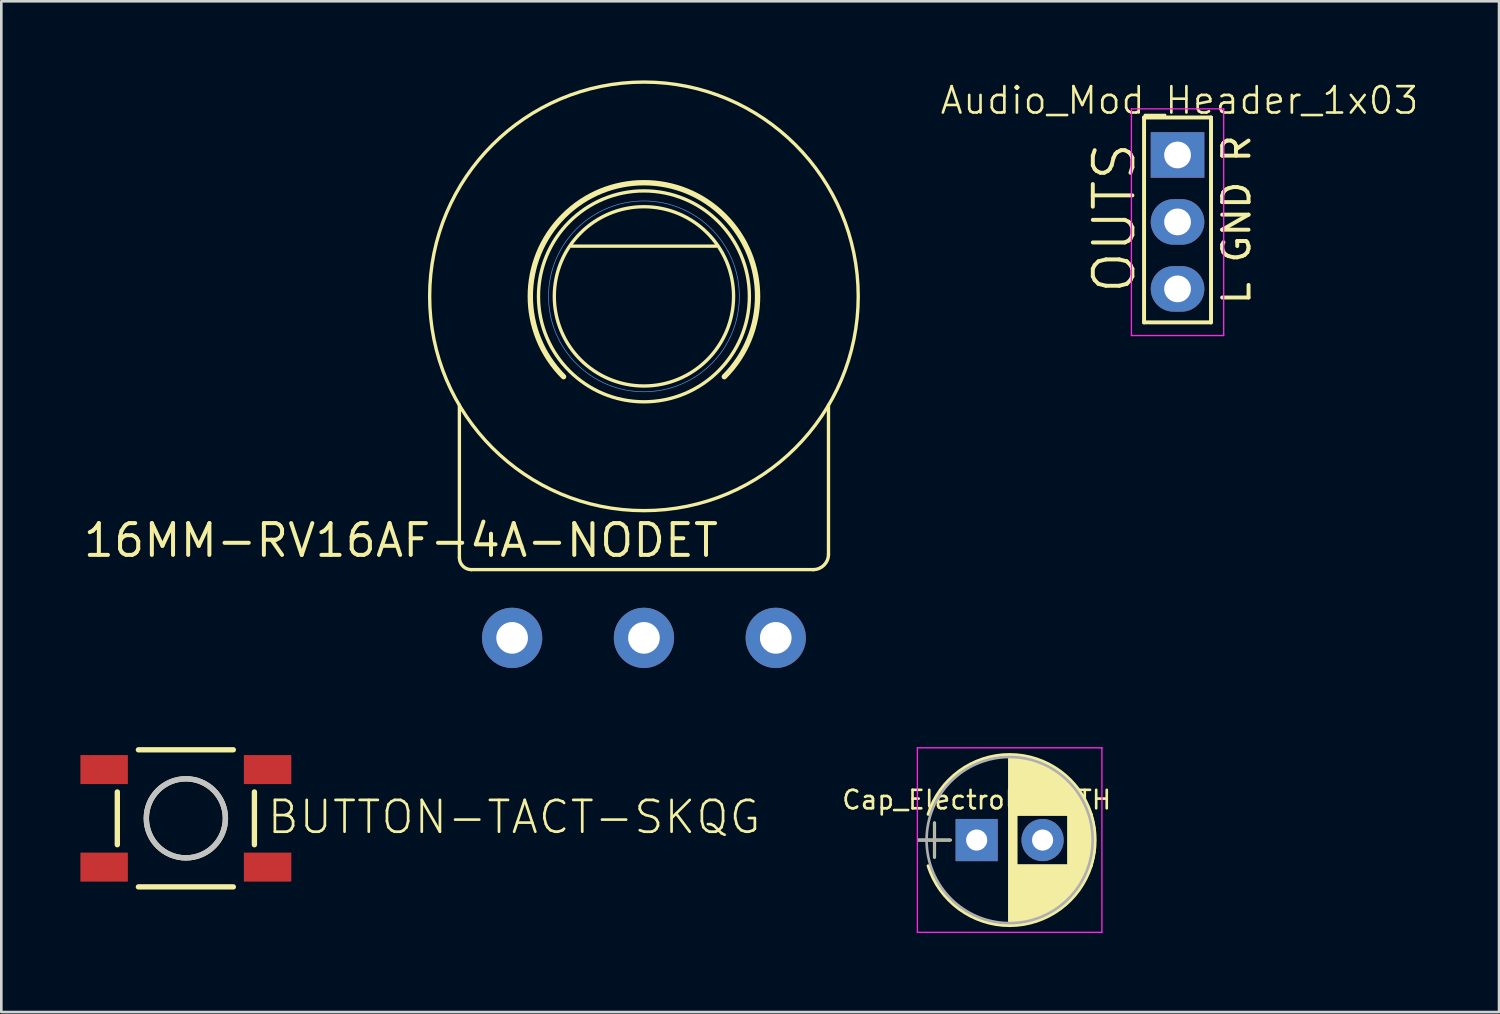
<source format=kicad_pcb>
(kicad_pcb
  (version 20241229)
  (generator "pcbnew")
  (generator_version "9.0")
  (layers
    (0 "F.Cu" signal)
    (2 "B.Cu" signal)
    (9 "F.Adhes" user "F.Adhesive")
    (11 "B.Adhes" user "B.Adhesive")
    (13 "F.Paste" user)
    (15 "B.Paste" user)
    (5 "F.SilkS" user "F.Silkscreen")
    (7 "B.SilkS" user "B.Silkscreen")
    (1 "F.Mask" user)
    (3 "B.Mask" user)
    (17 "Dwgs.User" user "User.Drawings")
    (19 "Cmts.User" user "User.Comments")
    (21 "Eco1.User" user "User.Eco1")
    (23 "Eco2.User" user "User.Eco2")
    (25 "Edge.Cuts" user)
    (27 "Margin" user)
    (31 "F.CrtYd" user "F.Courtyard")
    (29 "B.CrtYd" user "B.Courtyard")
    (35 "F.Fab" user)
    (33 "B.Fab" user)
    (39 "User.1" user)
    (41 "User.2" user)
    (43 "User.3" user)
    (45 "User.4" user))
  (footprint "Cap_Electrolytic_TH"
    (layer "F.Cu")
    (at 33.996 28.814)
    (property "Reference" "Cap_Electrolytic_TH" (at 0 -1.524 0) (layer "F.SilkS") (effects (font (size 0.7 0.7) (thickness 0.1))))
    (attr through_hole)
    (fp_line (start -2.2 0) (end -1 0) (stroke (width 0.12) (type solid)) (layer "F.SilkS"))
    (fp_line (start -1.6 -0.65) (end -1.6 0.65) (stroke (width 0.12) (type solid)) (layer "F.SilkS"))
    (fp_line (start 1.25 -3.2) (end 1.25 3.2) (stroke (width 0.12) (type solid)) (layer "F.SilkS"))
    (fp_line (start 1.29 -3.2) (end 1.29 3.2) (stroke (width 0.12) (type solid)) (layer "F.SilkS"))
    (fp_line (start 1.33 -3.2) (end 1.33 3.2) (stroke (width 0.12) (type solid)) (layer "F.SilkS"))
    (fp_line (start 1.37 -3.198) (end 1.37 3.198) (stroke (width 0.12) (type solid)) (layer "F.SilkS"))
    (fp_line (start 1.41 -3.197) (end 1.41 3.197) (stroke (width 0.12) (type solid)) (layer "F.SilkS"))
    (fp_line (start 1.45 -3.194) (end 1.45 3.194) (stroke (width 0.12) (type solid)) (layer "F.SilkS"))
    (fp_line (start 1.49 -3.192) (end 1.49 3.192) (stroke (width 0.12) (type solid)) (layer "F.SilkS"))
    (fp_line (start 1.53 -3.188) (end 1.53 -0.98) (stroke (width 0.12) (type solid)) (layer "F.SilkS"))
    (fp_line (start 1.53 0.98) (end 1.53 3.188) (stroke (width 0.12) (type solid)) (layer "F.SilkS"))
    (fp_line (start 1.57 -3.185) (end 1.57 -0.98) (stroke (width 0.12) (type solid)) (layer "F.SilkS"))
    (fp_line (start 1.57 0.98) (end 1.57 3.185) (stroke (width 0.12) (type solid)) (layer "F.SilkS"))
    (fp_line (start 1.61 -3.18) (end 1.61 -0.98) (stroke (width 0.12) (type solid)) (layer "F.SilkS"))
    (fp_line (start 1.61 0.98) (end 1.61 3.18) (stroke (width 0.12) (type solid)) (layer "F.SilkS"))
    (fp_line (start 1.65 -3.176) (end 1.65 -0.98) (stroke (width 0.12) (type solid)) (layer "F.SilkS"))
    (fp_line (start 1.65 0.98) (end 1.65 3.176) (stroke (width 0.12) (type solid)) (layer "F.SilkS"))
    (fp_line (start 1.69 -3.17) (end 1.69 -0.98) (stroke (width 0.12) (type solid)) (layer "F.SilkS"))
    (fp_line (start 1.69 0.98) (end 1.69 3.17) (stroke (width 0.12) (type solid)) (layer "F.SilkS"))
    (fp_line (start 1.73 -3.165) (end 1.73 -0.98) (stroke (width 0.12) (type solid)) (layer "F.SilkS"))
    (fp_line (start 1.73 0.98) (end 1.73 3.165) (stroke (width 0.12) (type solid)) (layer "F.SilkS"))
    (fp_line (start 1.77 -3.158) (end 1.77 -0.98) (stroke (width 0.12) (type solid)) (layer "F.SilkS"))
    (fp_line (start 1.77 0.98) (end 1.77 3.158) (stroke (width 0.12) (type solid)) (layer "F.SilkS"))
    (fp_line (start 1.81 -3.152) (end 1.81 -0.98) (stroke (width 0.12) (type solid)) (layer "F.SilkS"))
    (fp_line (start 1.81 0.98) (end 1.81 3.152) (stroke (width 0.12) (type solid)) (layer "F.SilkS"))
    (fp_line (start 1.85 -3.144) (end 1.85 -0.98) (stroke (width 0.12) (type solid)) (layer "F.SilkS"))
    (fp_line (start 1.85 0.98) (end 1.85 3.144) (stroke (width 0.12) (type solid)) (layer "F.SilkS"))
    (fp_line (start 1.89 -3.137) (end 1.89 -0.98) (stroke (width 0.12) (type solid)) (layer "F.SilkS"))
    (fp_line (start 1.89 0.98) (end 1.89 3.137) (stroke (width 0.12) (type solid)) (layer "F.SilkS"))
    (fp_line (start 1.93 -3.128) (end 1.93 -0.98) (stroke (width 0.12) (type solid)) (layer "F.SilkS"))
    (fp_line (start 1.93 0.98) (end 1.93 3.128) (stroke (width 0.12) (type solid)) (layer "F.SilkS"))
    (fp_line (start 1.971 -3.119) (end 1.971 -0.98) (stroke (width 0.12) (type solid)) (layer "F.SilkS"))
    (fp_line (start 1.971 0.98) (end 1.971 3.119) (stroke (width 0.12) (type solid)) (layer "F.SilkS"))
    (fp_line (start 2.011 -3.11) (end 2.011 -0.98) (stroke (width 0.12) (type solid)) (layer "F.SilkS"))
    (fp_line (start 2.011 0.98) (end 2.011 3.11) (stroke (width 0.12) (type solid)) (layer "F.SilkS"))
    (fp_line (start 2.051 -3.1) (end 2.051 -0.98) (stroke (width 0.12) (type solid)) (layer "F.SilkS"))
    (fp_line (start 2.051 0.98) (end 2.051 3.1) (stroke (width 0.12) (type solid)) (layer "F.SilkS"))
    (fp_line (start 2.091 -3.09) (end 2.091 -0.98) (stroke (width 0.12) (type solid)) (layer "F.SilkS"))
    (fp_line (start 2.091 0.98) (end 2.091 3.09) (stroke (width 0.12) (type solid)) (layer "F.SilkS"))
    (fp_line (start 2.131 -3.079) (end 2.131 -0.98) (stroke (width 0.12) (type solid)) (layer "F.SilkS"))
    (fp_line (start 2.131 0.98) (end 2.131 3.079) (stroke (width 0.12) (type solid)) (layer "F.SilkS"))
    (fp_line (start 2.171 -3.067) (end 2.171 -0.98) (stroke (width 0.12) (type solid)) (layer "F.SilkS"))
    (fp_line (start 2.171 0.98) (end 2.171 3.067) (stroke (width 0.12) (type solid)) (layer "F.SilkS"))
    (fp_line (start 2.211 -3.055) (end 2.211 -0.98) (stroke (width 0.12) (type solid)) (layer "F.SilkS"))
    (fp_line (start 2.211 0.98) (end 2.211 3.055) (stroke (width 0.12) (type solid)) (layer "F.SilkS"))
    (fp_line (start 2.251 -3.042) (end 2.251 -0.98) (stroke (width 0.12) (type solid)) (layer "F.SilkS"))
    (fp_line (start 2.251 0.98) (end 2.251 3.042) (stroke (width 0.12) (type solid)) (layer "F.SilkS"))
    (fp_line (start 2.291 -3.029) (end 2.291 -0.98) (stroke (width 0.12) (type solid)) (layer "F.SilkS"))
    (fp_line (start 2.291 0.98) (end 2.291 3.029) (stroke (width 0.12) (type solid)) (layer "F.SilkS"))
    (fp_line (start 2.331 -3.015) (end 2.331 -0.98) (stroke (width 0.12) (type solid)) (layer "F.SilkS"))
    (fp_line (start 2.331 0.98) (end 2.331 3.015) (stroke (width 0.12) (type solid)) (layer "F.SilkS"))
    (fp_line (start 2.371 -3.001) (end 2.371 -0.98) (stroke (width 0.12) (type solid)) (layer "F.SilkS"))
    (fp_line (start 2.371 0.98) (end 2.371 3.001) (stroke (width 0.12) (type solid)) (layer "F.SilkS"))
    (fp_line (start 2.411 -2.986) (end 2.411 -0.98) (stroke (width 0.12) (type solid)) (layer "F.SilkS"))
    (fp_line (start 2.411 0.98) (end 2.411 2.986) (stroke (width 0.12) (type solid)) (layer "F.SilkS"))
    (fp_line (start 2.451 -2.97) (end 2.451 -0.98) (stroke (width 0.12) (type solid)) (layer "F.SilkS"))
    (fp_line (start 2.451 0.98) (end 2.451 2.97) (stroke (width 0.12) (type solid)) (layer "F.SilkS"))
    (fp_line (start 2.491 -2.954) (end 2.491 -0.98) (stroke (width 0.12) (type solid)) (layer "F.SilkS"))
    (fp_line (start 2.491 0.98) (end 2.491 2.954) (stroke (width 0.12) (type solid)) (layer "F.SilkS"))
    (fp_line (start 2.531 -2.937) (end 2.531 -0.98) (stroke (width 0.12) (type solid)) (layer "F.SilkS"))
    (fp_line (start 2.531 0.98) (end 2.531 2.937) (stroke (width 0.12) (type solid)) (layer "F.SilkS"))
    (fp_line (start 2.571 -2.919) (end 2.571 -0.98) (stroke (width 0.12) (type solid)) (layer "F.SilkS"))
    (fp_line (start 2.571 0.98) (end 2.571 2.919) (stroke (width 0.12) (type solid)) (layer "F.SilkS"))
    (fp_line (start 2.611 -2.901) (end 2.611 -0.98) (stroke (width 0.12) (type solid)) (layer "F.SilkS"))
    (fp_line (start 2.611 0.98) (end 2.611 2.901) (stroke (width 0.12) (type solid)) (layer "F.SilkS"))
    (fp_line (start 2.651 -2.882) (end 2.651 -0.98) (stroke (width 0.12) (type solid)) (layer "F.SilkS"))
    (fp_line (start 2.651 0.98) (end 2.651 2.882) (stroke (width 0.12) (type solid)) (layer "F.SilkS"))
    (fp_line (start 2.691 -2.863) (end 2.691 -0.98) (stroke (width 0.12) (type solid)) (layer "F.SilkS"))
    (fp_line (start 2.691 0.98) (end 2.691 2.863) (stroke (width 0.12) (type solid)) (layer "F.SilkS"))
    (fp_line (start 2.731 -2.843) (end 2.731 -0.98) (stroke (width 0.12) (type solid)) (layer "F.SilkS"))
    (fp_line (start 2.731 0.98) (end 2.731 2.843) (stroke (width 0.12) (type solid)) (layer "F.SilkS"))
    (fp_line (start 2.771 -2.822) (end 2.771 -0.98) (stroke (width 0.12) (type solid)) (layer "F.SilkS"))
    (fp_line (start 2.771 0.98) (end 2.771 2.822) (stroke (width 0.12) (type solid)) (layer "F.SilkS"))
    (fp_line (start 2.811 -2.8) (end 2.811 -0.98) (stroke (width 0.12) (type solid)) (layer "F.SilkS"))
    (fp_line (start 2.811 0.98) (end 2.811 2.8) (stroke (width 0.12) (type solid)) (layer "F.SilkS"))
    (fp_line (start 2.851 -2.778) (end 2.851 -0.98) (stroke (width 0.12) (type solid)) (layer "F.SilkS"))
    (fp_line (start 2.851 0.98) (end 2.851 2.778) (stroke (width 0.12) (type solid)) (layer "F.SilkS"))
    (fp_line (start 2.891 -2.755) (end 2.891 -0.98) (stroke (width 0.12) (type solid)) (layer "F.SilkS"))
    (fp_line (start 2.891 0.98) (end 2.891 2.755) (stroke (width 0.12) (type solid)) (layer "F.SilkS"))
    (fp_line (start 2.931 -2.731) (end 2.931 -0.98) (stroke (width 0.12) (type solid)) (layer "F.SilkS"))
    (fp_line (start 2.931 0.98) (end 2.931 2.731) (stroke (width 0.12) (type solid)) (layer "F.SilkS"))
    (fp_line (start 2.971 -2.706) (end 2.971 -0.98) (stroke (width 0.12) (type solid)) (layer "F.SilkS"))
    (fp_line (start 2.971 0.98) (end 2.971 2.706) (stroke (width 0.12) (type solid)) (layer "F.SilkS"))
    (fp_line (start 3.011 -2.681) (end 3.011 -0.98) (stroke (width 0.12) (type solid)) (layer "F.SilkS"))
    (fp_line (start 3.011 0.98) (end 3.011 2.681) (stroke (width 0.12) (type solid)) (layer "F.SilkS"))
    (fp_line (start 3.051 -2.654) (end 3.051 -0.98) (stroke (width 0.12) (type solid)) (layer "F.SilkS"))
    (fp_line (start 3.051 0.98) (end 3.051 2.654) (stroke (width 0.12) (type solid)) (layer "F.SilkS"))
    (fp_line (start 3.091 -2.627) (end 3.091 -0.98) (stroke (width 0.12) (type solid)) (layer "F.SilkS"))
    (fp_line (start 3.091 0.98) (end 3.091 2.627) (stroke (width 0.12) (type solid)) (layer "F.SilkS"))
    (fp_line (start 3.131 -2.599) (end 3.131 -0.98) (stroke (width 0.12) (type solid)) (layer "F.SilkS"))
    (fp_line (start 3.131 0.98) (end 3.131 2.599) (stroke (width 0.12) (type solid)) (layer "F.SilkS"))
    (fp_line (start 3.171 -2.57) (end 3.171 -0.98) (stroke (width 0.12) (type solid)) (layer "F.SilkS"))
    (fp_line (start 3.171 0.98) (end 3.171 2.57) (stroke (width 0.12) (type solid)) (layer "F.SilkS"))
    (fp_line (start 3.211 -2.54) (end 3.211 -0.98) (stroke (width 0.12) (type solid)) (layer "F.SilkS"))
    (fp_line (start 3.211 0.98) (end 3.211 2.54) (stroke (width 0.12) (type solid)) (layer "F.SilkS"))
    (fp_line (start 3.251 -2.51) (end 3.251 -0.98) (stroke (width 0.12) (type solid)) (layer "F.SilkS"))
    (fp_line (start 3.251 0.98) (end 3.251 2.51) (stroke (width 0.12) (type solid)) (layer "F.SilkS"))
    (fp_line (start 3.291 -2.478) (end 3.291 -0.98) (stroke (width 0.12) (type solid)) (layer "F.SilkS"))
    (fp_line (start 3.291 0.98) (end 3.291 2.478) (stroke (width 0.12) (type solid)) (layer "F.SilkS"))
    (fp_line (start 3.331 -2.445) (end 3.331 -0.98) (stroke (width 0.12) (type solid)) (layer "F.SilkS"))
    (fp_line (start 3.331 0.98) (end 3.331 2.445) (stroke (width 0.12) (type solid)) (layer "F.SilkS"))
    (fp_line (start 3.371 -2.411) (end 3.371 -0.98) (stroke (width 0.12) (type solid)) (layer "F.SilkS"))
    (fp_line (start 3.371 0.98) (end 3.371 2.411) (stroke (width 0.12) (type solid)) (layer "F.SilkS"))
    (fp_line (start 3.411 -2.375) (end 3.411 -0.98) (stroke (width 0.12) (type solid)) (layer "F.SilkS"))
    (fp_line (start 3.411 0.98) (end 3.411 2.375) (stroke (width 0.12) (type solid)) (layer "F.SilkS"))
    (fp_line (start 3.451 -2.339) (end 3.451 -0.98) (stroke (width 0.12) (type solid)) (layer "F.SilkS"))
    (fp_line (start 3.451 0.98) (end 3.451 2.339) (stroke (width 0.12) (type solid)) (layer "F.SilkS"))
    (fp_line (start 3.491 -2.301) (end 3.491 2.301) (stroke (width 0.12) (type solid)) (layer "F.SilkS"))
    (fp_line (start 3.531 -2.262) (end 3.531 2.262) (stroke (width 0.12) (type solid)) (layer "F.SilkS"))
    (fp_line (start 3.571 -2.222) (end 3.571 2.222) (stroke (width 0.12) (type solid)) (layer "F.SilkS"))
    (fp_line (start 3.611 -2.18) (end 3.611 2.18) (stroke (width 0.12) (type solid)) (layer "F.SilkS"))
    (fp_line (start 3.651 -2.137) (end 3.651 2.137) (stroke (width 0.12) (type solid)) (layer "F.SilkS"))
    (fp_line (start 3.691 -2.092) (end 3.691 2.092) (stroke (width 0.12) (type solid)) (layer "F.SilkS"))
    (fp_line (start 3.731 -2.045) (end 3.731 2.045) (stroke (width 0.12) (type solid)) (layer "F.SilkS"))
    (fp_line (start 3.771 -1.997) (end 3.771 1.997) (stroke (width 0.12) (type solid)) (layer "F.SilkS"))
    (fp_line (start 3.811 -1.946) (end 3.811 1.946) (stroke (width 0.12) (type solid)) (layer "F.SilkS"))
    (fp_line (start 3.851 -1.894) (end 3.851 1.894) (stroke (width 0.12) (type solid)) (layer "F.SilkS"))
    (fp_line (start 3.891 -1.839) (end 3.891 1.839) (stroke (width 0.12) (type solid)) (layer "F.SilkS"))
    (fp_line (start 3.931 -1.781) (end 3.931 1.781) (stroke (width 0.12) (type solid)) (layer "F.SilkS"))
    (fp_line (start 3.971 -1.721) (end 3.971 1.721) (stroke (width 0.12) (type solid)) (layer "F.SilkS"))
    (fp_line (start 4.011 -1.658) (end 4.011 1.658) (stroke (width 0.12) (type solid)) (layer "F.SilkS"))
    (fp_line (start 4.051 -1.591) (end 4.051 1.591) (stroke (width 0.12) (type solid)) (layer "F.SilkS"))
    (fp_line (start 4.091 -1.52) (end 4.091 1.52) (stroke (width 0.12) (type solid)) (layer "F.SilkS"))
    (fp_line (start 4.131 -1.445) (end 4.131 1.445) (stroke (width 0.12) (type solid)) (layer "F.SilkS"))
    (fp_line (start 4.171 -1.364) (end 4.171 1.364) (stroke (width 0.12) (type solid)) (layer "F.SilkS"))
    (fp_line (start 4.211 -1.278) (end 4.211 1.278) (stroke (width 0.12) (type solid)) (layer "F.SilkS"))
    (fp_line (start 4.251 -1.184) (end 4.251 1.184) (stroke (width 0.12) (type solid)) (layer "F.SilkS"))
    (fp_line (start 4.291 -1.081) (end 4.291 1.081) (stroke (width 0.12) (type solid)) (layer "F.SilkS"))
    (fp_line (start 4.331 -0.966) (end 4.331 0.966) (stroke (width 0.12) (type solid)) (layer "F.SilkS"))
    (fp_line (start 4.371 -0.834) (end 4.371 0.834) (stroke (width 0.12) (type solid)) (layer "F.SilkS"))
    (fp_line (start 4.411 -0.676) (end 4.411 0.676) (stroke (width 0.12) (type solid)) (layer "F.SilkS"))
    (fp_line (start 4.451 -0.468) (end 4.451 0.468) (stroke (width 0.12) (type solid)) (layer "F.SilkS"))
    (fp_arc (start -1.838236 -0.98) (mid 1.250337 -3.24) (end 4.33844 -0.979357) (stroke (width 0.12) (type solid)) (layer "F.SilkS"))
    (fp_arc (start 4.338236 -0.98) (mid 4.49 -0.000337) (end 4.33844 0.979357) (stroke (width 0.12) (type solid)) (layer "F.SilkS"))
    (fp_arc (start 4.33844 0.979357) (mid 1.250337 3.24) (end -1.838236 0.98) (stroke (width 0.12) (type solid)) (layer "F.SilkS"))
    (fp_line (start -2.25 -3.5) (end -2.25 3.5) (stroke (width 0.05) (type solid)) (layer "F.CrtYd"))
    (fp_line (start -2.25 3.5) (end 4.75 3.5) (stroke (width 0.05) (type solid)) (layer "F.CrtYd"))
    (fp_line (start 4.75 -3.5) (end -2.25 -3.5) (stroke (width 0.05) (type solid)) (layer "F.CrtYd"))
    (fp_line (start 4.75 3.5) (end 4.75 -3.5) (stroke (width 0.05) (type solid)) (layer "F.CrtYd"))
    (fp_line (start -2.2 0) (end -1 0) (stroke (width 0.1) (type solid)) (layer "F.Fab"))
    (fp_line (start -1.6 -0.65) (end -1.6 0.65) (stroke (width 0.1) (type solid)) (layer "F.Fab"))
    (fp_circle (center 1.25 0) (end 4.4 0) (stroke (width 0.1) (type solid)) (fill no) (layer "F.Fab"))
    (pad "1" thru_hole rect (at 0 0) (size 1.6 1.6) (drill 0.8) (layers "*.Cu" "*.Mask"))
    (pad "2" thru_hole circle (at 2.5 0) (size 1.6 1.6) (drill 0.8) (layers "*.Cu" "*.Mask")))
  (footprint "16MM-RV16AF-4A-NODET"
    (layer "F.Cu")
    (at 21.375 8.191)
    (property "Reference" "16MM-RV16AF-4A-NODET" (at 2.913 8.551 0) (layer "F.SilkS") (effects (font (size 1.206 1.206) (thickness 0.152)) (justify right top)))
    (attr through_hole)
    (fp_line (start -7 4.127) (end -7 9.912) (stroke (width 0.127) (type solid)) (layer "F.SilkS"))
    (fp_line (start -6.547 10.365) (end 6.42 10.365) (stroke (width 0.127) (type solid)) (layer "F.SilkS"))
    (fp_line (start -2.738 -1.905) (end 2.738 -1.905) (stroke (width 0.127) (type solid)) (layer "F.SilkS"))
    (fp_line (start 7 9.785) (end 7 4.127) (stroke (width 0.127) (type solid)) (layer "F.SilkS"))
    (fp_arc (start -6.546894 10.365) (mid -6.867288 10.232288) (end -7 9.911894) (stroke (width 0.127) (type solid)) (layer "F.SilkS"))
    (fp_arc (start -3.048 3.048) (mid 0 -4.310523) (end 3.048 3.048) (stroke (width 0.2032) (type solid)) (layer "F.SilkS"))
    (fp_arc (start 7 9.784894) (mid 6.830091 10.195091) (end 6.419894 10.365) (stroke (width 0.127) (type solid)) (layer "F.SilkS"))
    (fp_circle (center 0 0) (end 3.4 0) (stroke (width 0.127) (type solid)) (fill no) (layer "F.SilkS"))
    (fp_circle (center 0 0) (end 4 0) (stroke (width 0.127) (type solid)) (fill no) (layer "F.SilkS"))
    (fp_circle (center 0 0) (end 8.128 0) (stroke (width 0.127) (type solid)) (fill no) (layer "F.SilkS"))
    (fp_circle (center 0 0) (end 3.619 0) (stroke (width 0.025) (type solid)) (fill no) (layer "Cmts.User"))
    (pad "1" thru_hole circle (at -5 12.954 90) (size 2.286 2.286) (drill 1.2) (layers "*.Cu" "*.Mask"))
    (pad "2" thru_hole circle (at 0 12.954 90) (size 2.286 2.286) (drill 1.2) (layers "*.Cu" "*.Mask"))
    (pad "3" thru_hole circle (at 5 12.954 90) (size 2.286 2.286) (drill 1.2) (layers "*.Cu" "*.Mask")))
  (footprint "BUTTON-TACT-SKQG"
    (layer "F.Cu")
    (at 4 27.99)
    (property "Reference" "BUTTON-TACT-SKQG" (at 3.023 0.66 0) (layer "F.SilkS") (effects (font (size 1.206 1.206) (thickness 0.102)) (justify left bottom)))
    (attr through_hole)
    (fp_line (start -2.6 1) (end -2.6 -1) (stroke (width 0.203) (type solid)) (layer "F.SilkS"))
    (fp_line (start 1.8 -2.6) (end -1.8 -2.6) (stroke (width 0.203) (type solid)) (layer "F.SilkS"))
    (fp_line (start 1.8 2.6) (end -1.8 2.6) (stroke (width 0.203) (type solid)) (layer "F.SilkS"))
    (fp_line (start 2.6 1) (end 2.6 -1) (stroke (width 0.203) (type solid)) (layer "F.SilkS"))
    (fp_circle (center 0 0) (end 1.5 0) (stroke (width 0.203) (type solid)) (fill no) (layer "F.SilkS"))
    (fp_circle (center 0 0) (end 1.5 0) (stroke (width 0.203) (type solid)) (fill no) (layer "Dwgs.User"))
    (pad "1" smd rect (at -3.1 -1.85) (size 1.8 1.1) (layers "F.Cu" "F.Mask" "F.Paste"))
    (pad "2" smd rect (at -3.1 1.85) (size 1.8 1.1) (layers "F.Cu" "F.Mask" "F.Paste"))
    (pad "3" smd rect (at 3.1 -1.85) (size 1.8 1.1) (layers "F.Cu" "F.Mask" "F.Paste"))
    (pad "4" smd rect (at 3.1 1.85) (size 1.8 1.1) (layers "F.Cu" "F.Mask" "F.Paste")))
  (footprint "Audio_Mod_Header_1x03"
    (layer "F.Cu")
    (at 41.615 2.828)
    (property "Reference" "Audio_Mod_Header_1x03" (at 0.074 -2.068 0) (layer "F.SilkS") (effects (font (size 1 1) (thickness 0.1))))
    (attr through_hole)
    (fp_line (start -1.27 -1.422) (end -1.27 6.35) (stroke (width 0.15) (type solid)) (layer "F.SilkS"))
    (fp_line (start -1.27 6.35) (end 1.27 6.35) (stroke (width 0.15) (type solid)) (layer "F.SilkS"))
    (fp_line (start 1.27 -1.422) (end -1.27 -1.422) (stroke (width 0.15) (type solid)) (layer "F.SilkS"))
    (fp_line (start 1.27 6.35) (end 1.27 -1.422) (stroke (width 0.15) (type solid)) (layer "F.SilkS"))
    (fp_line (start -1.75 -1.75) (end -1.75 6.85) (stroke (width 0.05) (type solid)) (layer "F.CrtYd"))
    (fp_line (start -1.75 -1.75) (end 1.75 -1.75) (stroke (width 0.05) (type solid)) (layer "F.CrtYd"))
    (fp_line (start -1.75 6.85) (end 1.75 6.85) (stroke (width 0.05) (type solid)) (layer "F.CrtYd"))
    (fp_line (start 1.75 -1.75) (end 1.75 6.85) (stroke (width 0.05) (type solid)) (layer "F.CrtYd"))
    (fp_text user "L GND R" (at 2.238 2.454 90) (layer "F.SilkS") (effects (font (size 1 1) (thickness 0.15))))
    (fp_text user "OUTS" (at -2.4 2.39 90) (layer "F.SilkS") (effects (font (size 1.5 1.5) (thickness 0.15))))
    (pad "1" thru_hole rect (at 0 0) (size 2.032 1.727) (drill 1.016) (layers "*.Cu" "*.Mask"))
    (pad "2" thru_hole oval (at 0 2.54) (size 2.032 1.727) (drill 1.016) (layers "*.Cu" "*.Mask"))
    (pad "3" thru_hole oval (at 0 5.08) (size 2.032 1.727) (drill 1.016) (layers "*.Cu" "*.Mask")))
  (gr_rect
    (start -3 -3)
    (end 53.81 35.339)
    (stroke (width 0.1) (type default))
    (fill no)
    (layer "Edge.Cuts")))
</source>
